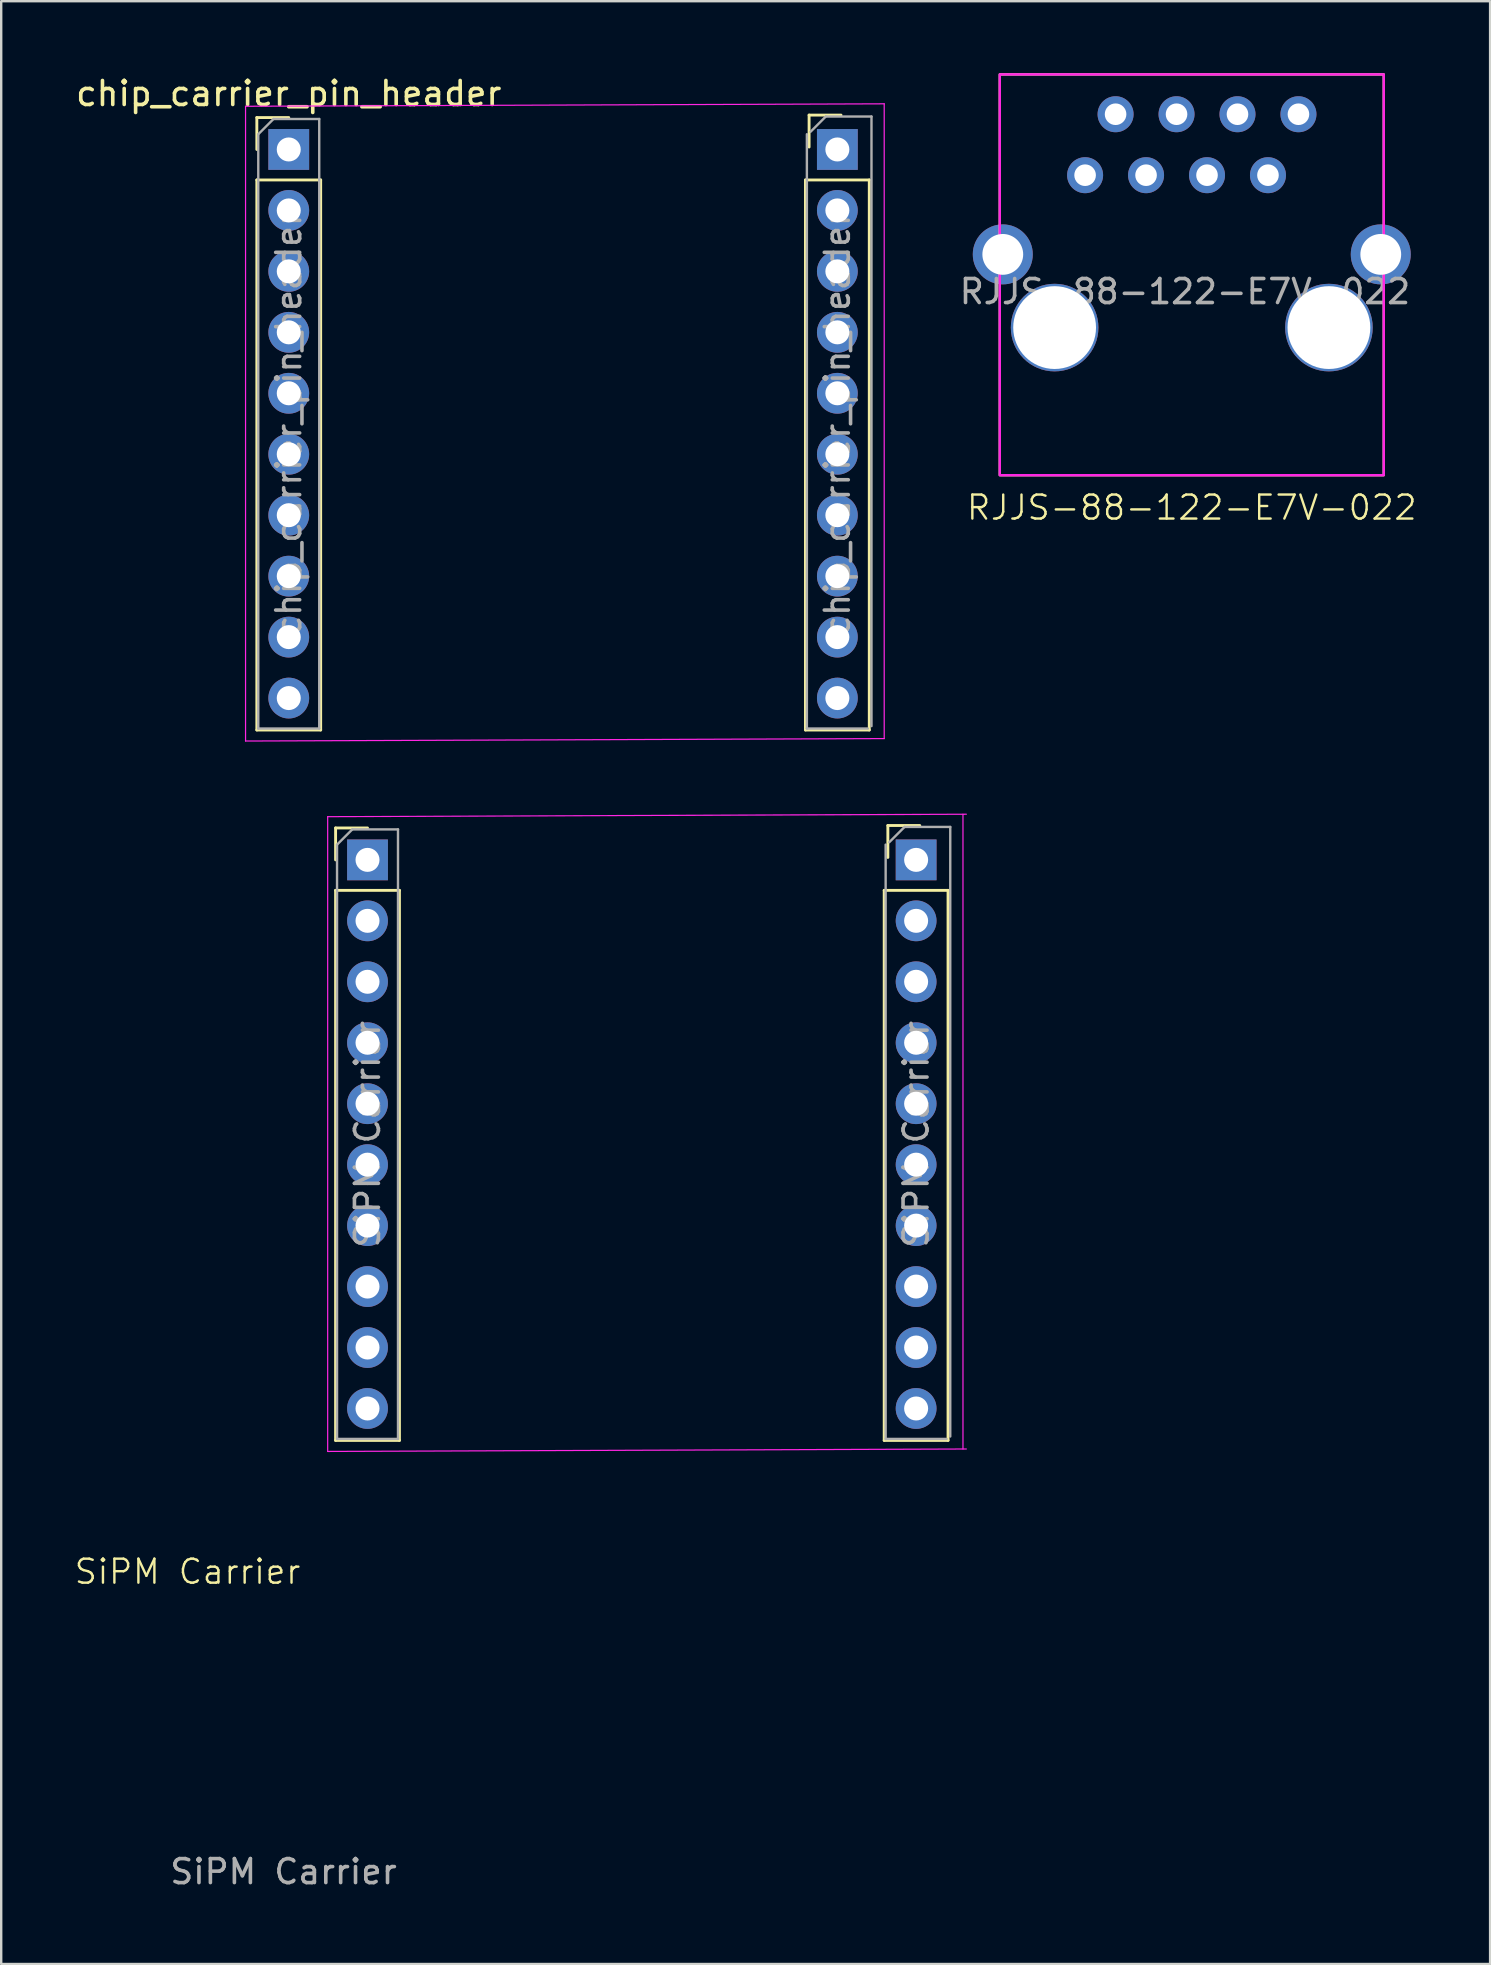
<source format=kicad_pcb>
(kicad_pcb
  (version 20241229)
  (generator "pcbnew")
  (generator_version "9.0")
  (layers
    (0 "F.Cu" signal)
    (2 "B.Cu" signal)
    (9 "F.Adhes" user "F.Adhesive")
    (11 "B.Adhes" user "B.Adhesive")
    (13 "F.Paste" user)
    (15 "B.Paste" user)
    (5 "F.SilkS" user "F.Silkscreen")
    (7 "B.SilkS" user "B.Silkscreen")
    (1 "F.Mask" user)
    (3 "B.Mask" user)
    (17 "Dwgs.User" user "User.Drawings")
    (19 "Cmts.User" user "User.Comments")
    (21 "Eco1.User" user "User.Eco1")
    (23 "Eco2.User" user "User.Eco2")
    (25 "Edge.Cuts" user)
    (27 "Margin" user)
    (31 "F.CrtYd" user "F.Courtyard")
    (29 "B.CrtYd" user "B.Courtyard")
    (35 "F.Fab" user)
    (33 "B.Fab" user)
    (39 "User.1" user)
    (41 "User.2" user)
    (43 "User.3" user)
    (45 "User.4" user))
  (footprint "SiPM Carrier"
    (layer "F.Cu")
    (at 23.764 43.94)
    (property "Reference" "SiPM Carrier" (at -19 18.5 0) (unlocked yes) (layer "F.SilkS") (effects (font (size 1 1) (thickness 0.1))))
    (attr smd)
    (fp_line (start -12.83 -12.49) (end -11.5 -12.49) (stroke (width 0.12) (type solid)) (layer "F.SilkS"))
    (fp_line (start -12.83 -11.16) (end -12.83 -12.49) (stroke (width 0.12) (type solid)) (layer "F.SilkS"))
    (fp_line (start -12.83 -9.89) (end -12.83 13.03) (stroke (width 0.12) (type solid)) (layer "F.SilkS"))
    (fp_line (start -12.83 -9.89) (end -10.17 -9.89) (stroke (width 0.12) (type solid)) (layer "F.SilkS"))
    (fp_line (start -12.83 13.03) (end -10.17 13.03) (stroke (width 0.12) (type solid)) (layer "F.SilkS"))
    (fp_line (start -10.17 -9.89) (end -10.17 13.03) (stroke (width 0.12) (type solid)) (layer "F.SilkS"))
    (fp_line (start 10.03 -9.89) (end 10.03 13.03) (stroke (width 0.12) (type solid)) (layer "F.SilkS"))
    (fp_line (start 10.03 -9.89) (end 12.69 -9.89) (stroke (width 0.12) (type solid)) (layer "F.SilkS"))
    (fp_line (start 10.03 13.03) (end 12.69 13.03) (stroke (width 0.12) (type solid)) (layer "F.SilkS"))
    (fp_line (start 10.182 -12.592) (end 11.512 -12.592) (stroke (width 0.12) (type solid)) (layer "F.SilkS"))
    (fp_line (start 10.182 -11.262) (end 10.182 -12.592) (stroke (width 0.12) (type solid)) (layer "F.SilkS"))
    (fp_line (start 12.69 -9.89) (end 12.69 13.03) (stroke (width 0.12) (type solid)) (layer "F.SilkS"))
    (fp_line (start -13.16 -12.96) (end 13.452 -13.062) (stroke (width 0.05) (type default)) (layer "F.CrtYd"))
    (fp_line (start -13.16 13.49) (end -13.16 -12.96) (stroke (width 0.05) (type default)) (layer "F.CrtYd"))
    (fp_line (start -13.16 13.49) (end 13.452 13.388) (stroke (width 0.05) (type default)) (layer "F.CrtYd"))
    (fp_line (start 13.312 13.388) (end 13.312 -13.062) (stroke (width 0.05) (type solid)) (layer "F.CrtYd"))
    (fp_line (start -12.77 -11.795) (end -12.135 -12.43) (stroke (width 0.1) (type solid)) (layer "F.Fab"))
    (fp_line (start -12.77 12.97) (end -12.77 -11.795) (stroke (width 0.1) (type solid)) (layer "F.Fab"))
    (fp_line (start -12.135 -12.43) (end -10.23 -12.43) (stroke (width 0.1) (type solid)) (layer "F.Fab"))
    (fp_line (start -10.23 -12.43) (end -10.23 12.97) (stroke (width 0.1) (type solid)) (layer "F.Fab"))
    (fp_line (start -10.23 12.97) (end -12.77 12.97) (stroke (width 0.1) (type solid)) (layer "F.Fab"))
    (fp_line (start 10.09 12.97) (end 10.09 -11.795) (stroke (width 0.1) (type solid)) (layer "F.Fab"))
    (fp_line (start 10.242 -11.897) (end 10.877 -12.532) (stroke (width 0.1) (type solid)) (layer "F.Fab"))
    (fp_line (start 10.877 -12.532) (end 12.782 -12.532) (stroke (width 0.1) (type solid)) (layer "F.Fab"))
    (fp_line (start 12.63 12.97) (end 10.09 12.97) (stroke (width 0.1) (type solid)) (layer "F.Fab"))
    (fp_line (start 12.782 -12.532) (end 12.782 12.868) (stroke (width 0.1) (type solid)) (layer "F.Fab"))
    (fp_text user "${REFERENCE}" (at -15 31 0) (unlocked yes) (layer "F.Fab") (effects (font (size 1 1) (thickness 0.15))))
    (fp_text user "${REFERENCE}" (at 11.36 0.27 270) (layer "F.Fab") (effects (font (size 1 1) (thickness 0.15))))
    (fp_text user "${REFERENCE}" (at -11.5 0.27 270) (layer "F.Fab") (effects (font (size 1 1) (thickness 0.15))))
    (pad "" thru_hole rect (at -11.5 -11.16) (size 1.7 1.7) (drill 1) (layers "*.Cu" "*.Mask"))
    (pad "" thru_hole oval (at -11.5 -8.62) (size 1.7 1.7) (drill 1) (layers "*.Cu" "*.Mask"))
    (pad "" thru_hole oval (at -11.5 -6.08) (size 1.7 1.7) (drill 1) (layers "*.Cu" "*.Mask"))
    (pad "" thru_hole oval (at -11.5 -3.54) (size 1.7 1.7) (drill 1) (layers "*.Cu" "*.Mask"))
    (pad "" thru_hole oval (at -11.5 1.54) (size 1.7 1.7) (drill 1) (layers "*.Cu" "*.Mask"))
    (pad "" thru_hole oval (at -11.5 4.08) (size 1.7 1.7) (drill 1) (layers "*.Cu" "*.Mask"))
    (pad "" thru_hole oval (at -11.5 6.62) (size 1.7 1.7) (drill 1) (layers "*.Cu" "*.Mask"))
    (pad "" thru_hole oval (at -11.5 9.16) (size 1.7 1.7) (drill 1) (layers "*.Cu" "*.Mask"))
    (pad "" thru_hole oval (at -11.5 11.7) (size 1.7 1.7) (drill 1) (layers "*.Cu" "*.Mask"))
    (pad "" thru_hole rect (at 11.36 -11.16) (size 1.7 1.7) (drill 1) (layers "*.Cu" "*.Mask"))
    (pad "" thru_hole oval (at 11.36 -8.62) (size 1.7 1.7) (drill 1) (layers "*.Cu" "*.Mask"))
    (pad "" thru_hole oval (at 11.36 -6.08) (size 1.7 1.7) (drill 1) (layers "*.Cu" "*.Mask"))
    (pad "" thru_hole oval (at 11.36 -3.54) (size 1.7 1.7) (drill 1) (layers "*.Cu" "*.Mask"))
    (pad "" thru_hole oval (at 11.36 1.54) (size 1.7 1.7) (drill 1) (layers "*.Cu" "*.Mask"))
    (pad "" thru_hole oval (at 11.36 6.62) (size 1.7 1.7) (drill 1) (layers "*.Cu" "*.Mask"))
    (pad "" thru_hole oval (at 11.36 9.16) (size 1.7 1.7) (drill 1) (layers "*.Cu" "*.Mask"))
    (pad "" thru_hole oval (at 11.36 11.7) (size 1.7 1.7) (drill 1) (layers "*.Cu" "*.Mask"))
    (pad "1" thru_hole oval (at 11.36 -1) (size 1.7 1.7) (drill 1) (layers "*.Cu" "*.Mask"))
    (pad "2" thru_hole oval (at 11.36 4.08) (size 1.7 1.7) (drill 1) (layers "*.Cu" "*.Mask"))
    (pad "3" thru_hole oval (at -11.5 -1) (size 1.7 1.7) (drill 1) (layers "*.Cu" "*.Mask")))
  (footprint "chip_carrier_pin_header"
    (layer "F.Cu")
    (at 20.366 14.608)
    (property "Reference" "chip_carrier_pin_header" (at -11.384 -13.76 180) (layer "F.SilkS") (effects (font (size 1 1) (thickness 0.15))))
    (attr through_hole)
    (fp_line (start -12.714 -12.76) (end -11.384 -12.76) (stroke (width 0.12) (type solid)) (layer "F.SilkS"))
    (fp_line (start -12.714 -11.43) (end -12.714 -12.76) (stroke (width 0.12) (type solid)) (layer "F.SilkS"))
    (fp_line (start -12.714 -10.16) (end -12.714 12.76) (stroke (width 0.12) (type solid)) (layer "F.SilkS"))
    (fp_line (start -12.714 -10.16) (end -10.054 -10.16) (stroke (width 0.12) (type solid)) (layer "F.SilkS"))
    (fp_line (start -12.714 12.76) (end -10.054 12.76) (stroke (width 0.12) (type solid)) (layer "F.SilkS"))
    (fp_line (start -10.054 -10.16) (end -10.054 12.76) (stroke (width 0.12) (type solid)) (layer "F.SilkS"))
    (fp_line (start 10.146 -10.16) (end 10.146 12.76) (stroke (width 0.12) (type solid)) (layer "F.SilkS"))
    (fp_line (start 10.146 -10.16) (end 12.806 -10.16) (stroke (width 0.12) (type solid)) (layer "F.SilkS"))
    (fp_line (start 10.146 12.76) (end 12.806 12.76) (stroke (width 0.12) (type solid)) (layer "F.SilkS"))
    (fp_line (start 10.298 -12.862) (end 11.628 -12.862) (stroke (width 0.12) (type solid)) (layer "F.SilkS"))
    (fp_line (start 10.298 -11.532) (end 10.298 -12.862) (stroke (width 0.12) (type solid)) (layer "F.SilkS"))
    (fp_line (start 12.806 -10.16) (end 12.806 12.76) (stroke (width 0.12) (type solid)) (layer "F.SilkS"))
    (fp_line (start -13.184 -13.23) (end 13.428 -13.332) (stroke (width 0.05) (type default)) (layer "F.CrtYd"))
    (fp_line (start -13.184 13.22) (end -13.184 -13.23) (stroke (width 0.05) (type default)) (layer "F.CrtYd"))
    (fp_line (start -13.184 13.22) (end 13.428 13.118) (stroke (width 0.05) (type default)) (layer "F.CrtYd"))
    (fp_line (start 13.428 13.118) (end 13.428 -13.332) (stroke (width 0.05) (type solid)) (layer "F.CrtYd"))
    (fp_line (start -12.654 -12.065) (end -12.019 -12.7) (stroke (width 0.1) (type solid)) (layer "F.Fab"))
    (fp_line (start -12.654 12.7) (end -12.654 -12.065) (stroke (width 0.1) (type solid)) (layer "F.Fab"))
    (fp_line (start -12.019 -12.7) (end -10.114 -12.7) (stroke (width 0.1) (type solid)) (layer "F.Fab"))
    (fp_line (start -10.114 -12.7) (end -10.114 12.7) (stroke (width 0.1) (type solid)) (layer "F.Fab"))
    (fp_line (start -10.114 12.7) (end -12.654 12.7) (stroke (width 0.1) (type solid)) (layer "F.Fab"))
    (fp_line (start 10.206 12.7) (end 10.206 -12.065) (stroke (width 0.1) (type solid)) (layer "F.Fab"))
    (fp_line (start 10.358 -12.167) (end 10.993 -12.802) (stroke (width 0.1) (type solid)) (layer "F.Fab"))
    (fp_line (start 10.993 -12.802) (end 12.898 -12.802) (stroke (width 0.1) (type solid)) (layer "F.Fab"))
    (fp_line (start 12.746 12.7) (end 10.206 12.7) (stroke (width 0.1) (type solid)) (layer "F.Fab"))
    (fp_line (start 12.898 -12.802) (end 12.898 12.598) (stroke (width 0.1) (type solid)) (layer "F.Fab"))
    (fp_text user "${REFERENCE}" (at -11.384 0 270) (layer "F.Fab") (effects (font (size 1 1) (thickness 0.15))))
    (fp_text user "${REFERENCE}" (at 11.476 0 270) (layer "F.Fab") (effects (font (size 1 1) (thickness 0.15))))
    (pad "" thru_hole rect (at -11.384 -11.43) (size 1.7 1.7) (drill 1) (layers "*.Cu" "*.Mask"))
    (pad "" thru_hole oval (at -11.384 -8.89) (size 1.7 1.7) (drill 1) (layers "*.Cu" "*.Mask"))
    (pad "" thru_hole oval (at -11.384 -6.35) (size 1.7 1.7) (drill 1) (layers "*.Cu" "*.Mask"))
    (pad "" thru_hole oval (at -11.384 -3.81) (size 1.7 1.7) (drill 1) (layers "*.Cu" "*.Mask"))
    (pad "" thru_hole oval (at -11.384 1.27) (size 1.7 1.7) (drill 1) (layers "*.Cu" "*.Mask"))
    (pad "" thru_hole oval (at -11.384 3.81) (size 1.7 1.7) (drill 1) (layers "*.Cu" "*.Mask"))
    (pad "" thru_hole oval (at -11.384 6.35) (size 1.7 1.7) (drill 1) (layers "*.Cu" "*.Mask"))
    (pad "" thru_hole oval (at -11.384 8.89) (size 1.7 1.7) (drill 1) (layers "*.Cu" "*.Mask"))
    (pad "" thru_hole oval (at -11.384 11.43) (size 1.7 1.7) (drill 1) (layers "*.Cu" "*.Mask"))
    (pad "" thru_hole rect (at 11.476 -11.43) (size 1.7 1.7) (drill 1) (layers "*.Cu" "*.Mask"))
    (pad "" thru_hole oval (at 11.476 -8.89) (size 1.7 1.7) (drill 1) (layers "*.Cu" "*.Mask"))
    (pad "" thru_hole oval (at 11.476 -6.35) (size 1.7 1.7) (drill 1) (layers "*.Cu" "*.Mask"))
    (pad "" thru_hole oval (at 11.476 -3.81) (size 1.7 1.7) (drill 1) (layers "*.Cu" "*.Mask"))
    (pad "" thru_hole oval (at 11.476 1.27) (size 1.7 1.7) (drill 1) (layers "*.Cu" "*.Mask"))
    (pad "" thru_hole oval (at 11.476 6.35) (size 1.7 1.7) (drill 1) (layers "*.Cu" "*.Mask"))
    (pad "" thru_hole oval (at 11.476 8.89) (size 1.7 1.7) (drill 1) (layers "*.Cu" "*.Mask"))
    (pad "" thru_hole oval (at 11.476 11.43) (size 1.7 1.7) (drill 1) (layers "*.Cu" "*.Mask"))
    (pad "1" thru_hole oval (at 11.476 -1.27) (size 1.7 1.7) (drill 1) (layers "*.Cu" "*.Mask"))
    (pad "2" thru_hole oval (at 11.476 3.81) (size 1.7 1.7) (drill 1) (layers "*.Cu" "*.Mask"))
    (pad "3" thru_hole oval (at -11.384 -1.27) (size 1.7 1.7) (drill 1) (layers "*.Cu" "*.Mask")))
  (footprint "RJJS-88-122-E7V-022"
    (layer "F.Cu")
    (at 46.61 8.4)
    (property "Reference" "RJJS-88-122-E7V-022" (at 0 9.7 0) (unlocked yes) (layer "F.SilkS") (effects (font (size 1 1) (thickness 0.1))))
    (attr smd)
    (fp_rect (start -8 8.35) (end 8 -8.35) (stroke (width 0.1) (type solid)) (fill no) (layer "F.SilkS"))
    (fp_rect (start -8 8.35) (end 8 -8.35) (stroke (width 0.1) (type solid)) (fill no) (layer "F.CrtYd"))
    (fp_text user "${REFERENCE}" (at -0.285 0.7 0) (unlocked yes) (layer "F.Fab") (effects (font (size 1 1) (thickness 0.15))))
    (pad "" np_thru_hole circle (at -5.715 2.2) (size 3.65 3.65) (drill 3.45) (layers "*.Cu" "*.Mask"))
    (pad "" np_thru_hole circle (at 5.715 2.2) (size 3.65 3.65) (drill 3.45) (layers "*.Cu" "*.Mask"))
    (pad "1" thru_hole circle (at -4.445 -4.15) (size 1.5 1.5) (drill 0.9) (layers "*.Cu" "*.Mask"))
    (pad "2" thru_hole circle (at -3.175 -6.69) (size 1.5 1.5) (drill 0.9) (layers "*.Cu" "*.Mask"))
    (pad "3" thru_hole circle (at -1.905 -4.15) (size 1.5 1.5) (drill 0.9) (layers "*.Cu" "*.Mask"))
    (pad "4" thru_hole circle (at -0.635 -6.69) (size 1.5 1.5) (drill 0.9) (layers "*.Cu" "*.Mask"))
    (pad "5" thru_hole circle (at 0.635 -4.15) (size 1.5 1.5) (drill 0.9) (layers "*.Cu" "*.Mask"))
    (pad "6" thru_hole circle (at 1.905 -6.69) (size 1.5 1.5) (drill 0.9) (layers "*.Cu" "*.Mask"))
    (pad "7" thru_hole circle (at 3.175 -4.15) (size 1.5 1.5) (drill 0.9) (layers "*.Cu" "*.Mask"))
    (pad "8" thru_hole circle (at 4.445 -6.69) (size 1.5 1.5) (drill 0.9) (layers "*.Cu" "*.Mask"))
    (pad "SH" thru_hole circle (at -7.875 -0.85 90) (size 2.5 2.5) (drill 1.7) (layers "*.Cu" "*.Mask"))
    (pad "SH" thru_hole circle (at 7.875 -0.85 90) (size 2.5 2.5) (drill 1.7) (layers "*.Cu" "*.Mask")))
  (gr_rect
    (start -3 -3)
    (end 59.041 78.788)
    (stroke (width 0.1) (type default))
    (fill no)
    (layer "Edge.Cuts")))
</source>
